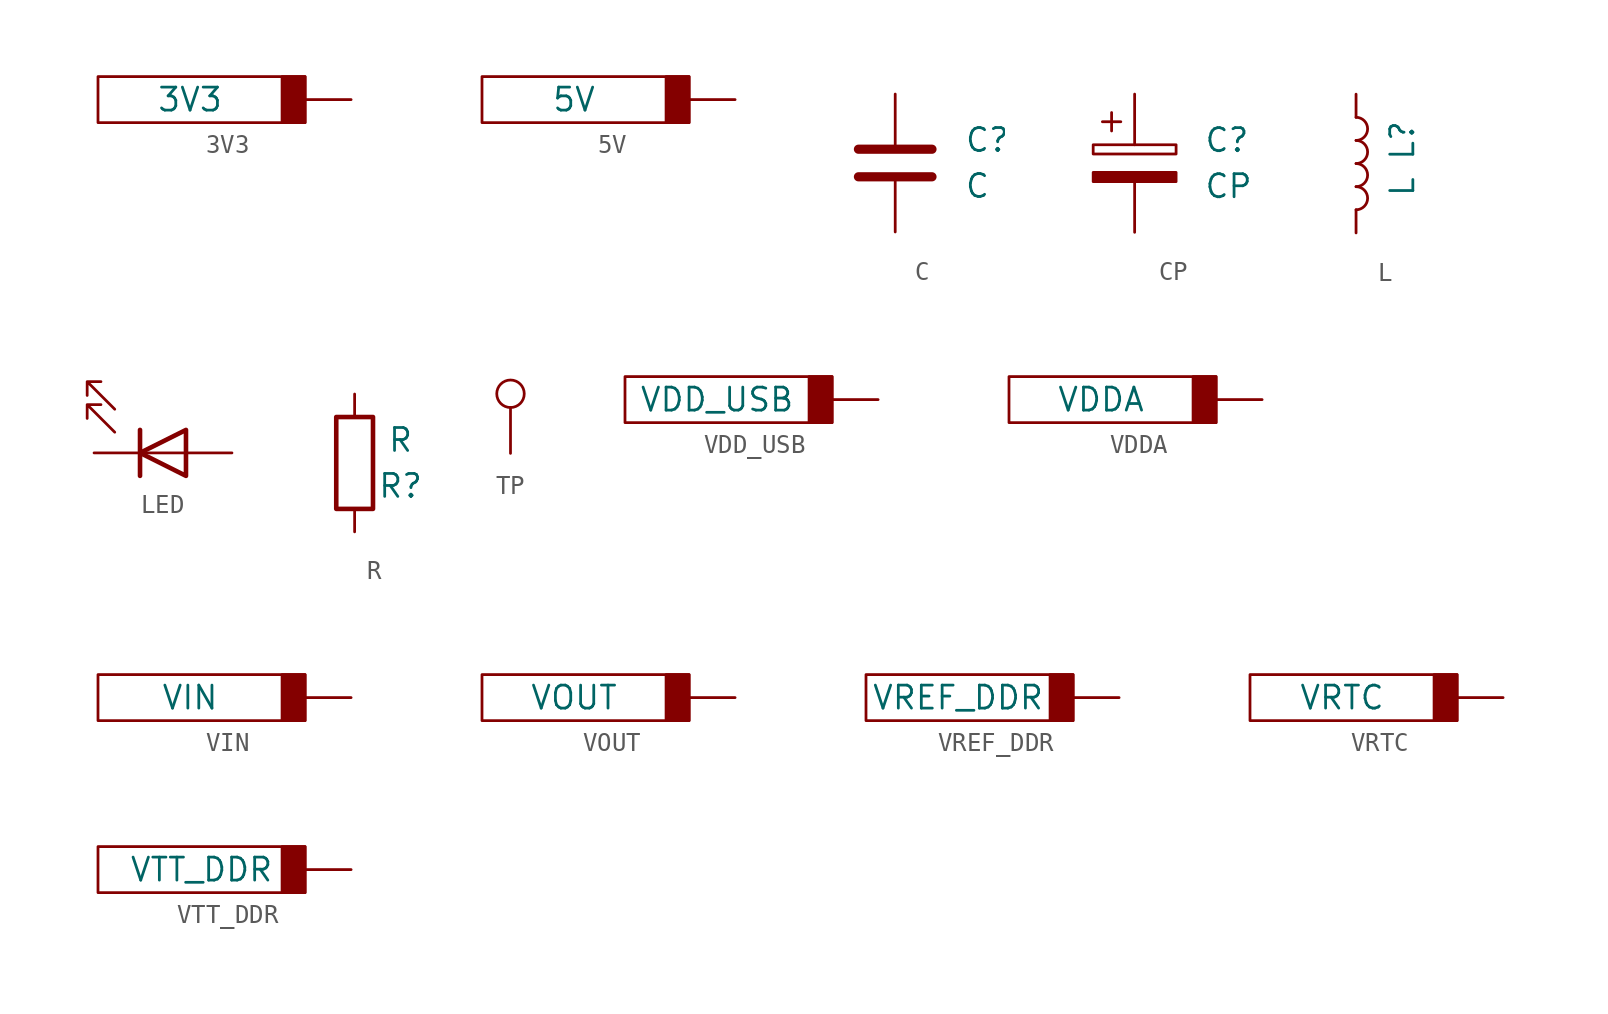
<source format=kicad_sym>
(kicad_symbol_lib
  (version 20211014)
  (generator kicad_symbol_editor)
  (symbol "3V3"
    (power)
    (pin_names
      (offset 0))
    (property "Reference" "#PWR"
      (at 5.08 1.27 0)
      (effects (font (size 1.27 1.27)) hide))
    (property "Value" "3V3"
      (at 5.08 -1.27 0)
      (effects (font (size 1.27 1.27))))
    (symbol "3V3_0_1"
      (polyline (pts (xy 13.97 -1.27) (xy 11.43 -1.27)) (stroke (width 0) (type default) (color 0 0 0 0)) (fill (type none)))
      (rectangle (start 11.43 -2.54) (end 0 0) (stroke (width 0) (type default) (color 0 0 0 0)) (fill (type none)))
      (rectangle (start 11.43 -2.54) (end 10.16 0) (stroke (width 0) (type default) (color 0 0 0 0)) (fill (type outline))))
    (symbol "3V3_1_1"
      (pin power_in line (at 13.97 -1.27 180) (length 0) hide (name "3V3" (effects (font (size 1.27 1.27)))) (number "1" (effects (font (size 1.27 1.27)))))))
  (symbol "5V"
    (power)
    (pin_names
      (offset 0))
    (property "Reference" "#PWR"
      (at 5.08 1.27 0)
      (effects (font (size 1.27 1.27)) hide))
    (property "Value" "5V"
      (at 5.08 -1.27 0)
      (effects (font (size 1.27 1.27))))
    (symbol "5V_0_1"
      (polyline (pts (xy 13.97 -1.27) (xy 11.43 -1.27)) (stroke (width 0) (type default) (color 0 0 0 0)) (fill (type none)))
      (rectangle (start 11.43 -2.54) (end 0 0) (stroke (width 0) (type default) (color 0 0 0 0)) (fill (type none)))
      (rectangle (start 11.43 -2.54) (end 10.16 0) (stroke (width 0) (type default) (color 0 0 0 0)) (fill (type outline))))
    (symbol "5V_1_1"
      (pin power_in line (at 13.97 -1.27 180) (length 0) hide (name "5V" (effects (font (size 1.27 1.27)))) (number "1" (effects (font (size 1.27 1.27)))))))
  (symbol "C"
    (pin_numbers hide)
    (pin_names
      (offset 0.254))
    (property "Reference" "C"
      (at 3.81 1.27 0)
      (effects (font (size 1.27 1.27)) (justify left)))
    (property "Value" "C"
      (at 3.81 -1.27 0)
      (effects (font (size 1.27 1.27)) (justify left)))
    (symbol "C_0_1"
      (polyline (pts (xy -2.032 -0.762) (xy 2.032 -0.762)) (stroke (width 0.508) (type default) (color 0 0 0 0)) (fill (type none)))
      (polyline (pts (xy -2.032 0.762) (xy 2.032 0.762)) (stroke (width 0.508) (type default) (color 0 0 0 0)) (fill (type none))))
    (symbol "C_1_1"
      (pin passive line (at 0 3.81 270) (length 2.794) (name "~" (effects (font (size 1.27 1.27)))) (number "1" (effects (font (size 1.27 1.27)))))
      (pin passive line (at 0 -3.81 90) (length 2.794) (name "~" (effects (font (size 1.27 1.27)))) (number "2" (effects (font (size 1.27 1.27)))))))
  (symbol "CP"
    (pin_numbers hide)
    (pin_names
      (offset 0.254))
    (property "Reference" "C"
      (at 3.81 1.27 0)
      (effects (font (size 1.27 1.27)) (justify left)))
    (property "Value" "CP"
      (at 3.81 -1.27 0)
      (effects (font (size 1.27 1.27)) (justify left)))
    (symbol "CP_0_1"
      (rectangle (start -2.286 0.508) (end 2.286 1.016) (stroke (width 0) (type default) (color 0 0 0 0)) (fill (type none)))
      (polyline (pts (xy -1.778 2.286) (xy -0.762 2.286)) (stroke (width 0) (type default) (color 0 0 0 0)) (fill (type none)))
      (polyline (pts (xy -1.27 2.794) (xy -1.27 1.778)) (stroke (width 0) (type default) (color 0 0 0 0)) (fill (type none)))
      (rectangle (start 2.286 -0.508) (end -2.286 -1.016) (stroke (width 0) (type default) (color 0 0 0 0)) (fill (type outline))))
    (symbol "CP_1_1"
      (pin passive line (at 0 3.81 270) (length 2.794) (name "~" (effects (font (size 1.27 1.27)))) (number "1" (effects (font (size 1.27 1.27)))))
      (pin passive line (at 0 -3.81 90) (length 2.794) (name "~" (effects (font (size 1.27 1.27)))) (number "2" (effects (font (size 1.27 1.27)))))))
  (symbol "L"
    (pin_numbers hide)
    (pin_names
      (offset 1.016) hide)
    (property "Reference" "L"
      (at 2.54 1.27 90)
      (effects (font (size 1.27 1.27))))
    (property "Value" "L"
      (at 2.54 -1.27 90)
      (effects (font (size 1.27 1.27))))
    (symbol "L_0_1"
      (arc (start 0 -2.54) (mid 0.635 -1.905) (end 0 -1.27) (stroke (width 0) (type default) (color 0 0 0 0)) (fill (type none)))
      (arc (start 0 -1.27) (mid 0.635 -0.635) (end 0 0) (stroke (width 0) (type default) (color 0 0 0 0)) (fill (type none)))
      (arc (start 0 0) (mid 0.635 0.635) (end 0 1.27) (stroke (width 0) (type default) (color 0 0 0 0)) (fill (type none)))
      (arc (start 0 1.27) (mid 0.635 1.905) (end 0 2.54) (stroke (width 0) (type default) (color 0 0 0 0)) (fill (type none))))
    (symbol "L_1_1"
      (pin passive line (at 0 3.81 270) (length 1.27) (name "1" (effects (font (size 1.27 1.27)))) (number "1" (effects (font (size 1.27 1.27)))))
      (pin passive line (at 0 -3.81 90) (length 1.27) (name "2" (effects (font (size 1.27 1.27)))) (number "2" (effects (font (size 1.27 1.27)))))))
  (symbol "LED"
    (pin_numbers hide)
    (pin_names
      (offset 1.016) hide)
    (property "Reference" "D"
      (at 0 5.08 0)
      (effects (font (size 1.27 1.27)) hide))
    (symbol "LED_0_1"
      (polyline (pts (xy -1.27 -1.27) (xy -1.27 1.27)) (stroke (width 0.254) (type default) (color 0 0 0 0)) (fill (type none)))
      (polyline (pts (xy -1.27 0) (xy 1.27 0)) (stroke (width 0) (type default) (color 0 0 0 0)) (fill (type none)))
      (polyline (pts (xy 1.27 -1.27) (xy 1.27 1.27) (xy -1.27 0) (xy 1.27 -1.27)) (stroke (width 0.254) (type default) (color 0 0 0 0)) (fill (type none)))
      (polyline (pts (xy -2.667 1.143) (xy -4.191 2.667) (xy -4.191 1.905) (xy -4.191 2.667) (xy -3.429 2.667)) (stroke (width 0) (type default) (color 0 0 0 0)) (fill (type none)))
      (polyline (pts (xy -2.667 2.413) (xy -4.191 3.937) (xy -4.191 3.175) (xy -4.191 3.937) (xy -3.429 3.937)) (stroke (width 0) (type default) (color 0 0 0 0)) (fill (type none))))
    (symbol "LED_1_1"
      (pin passive line (at -3.81 0 0) (length 2.54) (name "K" (effects (font (size 1.27 1.27)))) (number "1" (effects (font (size 1.27 1.27)))))
      (pin passive line (at 3.81 0 180) (length 2.54) (name "A" (effects (font (size 1.27 1.27)))) (number "2" (effects (font (size 1.27 1.27)))))))
  (symbol "R"
    (pin_numbers hide)
    (pin_names
      (offset 0))
    (property "Reference" "R"
      (at 2.54 -1.27 0)
      (effects (font (size 1.27 1.27))))
    (property "Value" "R"
      (at 2.54 1.27 0)
      (effects (font (size 1.27 1.27))))
    (symbol "R_0_1"
      (rectangle (start -1.016 -2.54) (end 1.016 2.54) (stroke (width 0.254) (type default) (color 0 0 0 0)) (fill (type none))))
    (symbol "R_1_1"
      (pin passive line (at 0 3.81 270) (length 1.27) (name "~" (effects (font (size 1.27 1.27)))) (number "1" (effects (font (size 1.27 1.27)))))
      (pin passive line (at 0 -3.81 90) (length 1.27) (name "~" (effects (font (size 1.27 1.27)))) (number "2" (effects (font (size 1.27 1.27)))))))
  (symbol "TP"
    (pin_numbers hide)
    (pin_names
      (offset 0.762) hide)
    (property "Reference" "TP"
      (at 0 7.62 0)
      (effects (font (size 1.27 1.27)) hide))
    (symbol "TP_0_1"
      (circle (center 0 3.302) (radius 0.762) (stroke (width 0) (type default) (color 0 0 0 0)) (fill (type none))))
    (symbol "TP_1_1"
      (pin passive line (at 0 0 90) (length 2.54) (name "1" (effects (font (size 1.27 1.27)))) (number "1" (effects (font (size 1.27 1.27)))))))
  (symbol "VDD_USB"
    (power)
    (pin_names
      (offset 0))
    (property "Reference" "#PWR"
      (at 5.08 1.27 0)
      (effects (font (size 1.27 1.27)) hide))
    (property "Value" "VDD_USB"
      (at 5.08 -1.27 0)
      (effects (font (size 1.27 1.27))))
    (symbol "VDD_USB_0_1"
      (polyline (pts (xy 13.97 -1.27) (xy 11.43 -1.27)) (stroke (width 0) (type default) (color 0 0 0 0)) (fill (type none)))
      (rectangle (start 11.43 -2.54) (end 0 0) (stroke (width 0) (type default) (color 0 0 0 0)) (fill (type none)))
      (rectangle (start 11.43 -2.54) (end 10.16 0) (stroke (width 0) (type default) (color 0 0 0 0)) (fill (type outline))))
    (symbol "VDD_USB_1_1"
      (pin power_in line (at 13.97 -1.27 180) (length 0) hide (name "VDD_USB" (effects (font (size 1.27 1.27)))) (number "1" (effects (font (size 1.27 1.27)))))))
  (symbol "VDDA"
    (power)
    (pin_names
      (offset 0))
    (property "Reference" "#PWR"
      (at 5.08 1.27 0)
      (effects (font (size 1.27 1.27)) hide))
    (property "Value" "VDDA"
      (at 5.08 -1.27 0)
      (effects (font (size 1.27 1.27))))
    (symbol "VDDA_0_1"
      (polyline (pts (xy 13.97 -1.27) (xy 11.43 -1.27)) (stroke (width 0) (type default) (color 0 0 0 0)) (fill (type none)))
      (rectangle (start 11.43 -2.54) (end 0 0) (stroke (width 0) (type default) (color 0 0 0 0)) (fill (type none)))
      (rectangle (start 11.43 -2.54) (end 10.16 0) (stroke (width 0) (type default) (color 0 0 0 0)) (fill (type outline))))
    (symbol "VDDA_1_1"
      (pin power_in line (at 13.97 -1.27 180) (length 0) hide (name "VDDA" (effects (font (size 1.27 1.27)))) (number "1" (effects (font (size 1.27 1.27)))))))
  (symbol "VIN"
    (power)
    (pin_names
      (offset 0))
    (property "Reference" "#PWR"
      (at 5.08 1.27 0)
      (effects (font (size 1.27 1.27)) hide))
    (property "Value" "VIN"
      (at 5.08 -1.27 0)
      (effects (font (size 1.27 1.27))))
    (symbol "VIN_0_1"
      (polyline (pts (xy 13.97 -1.27) (xy 11.43 -1.27)) (stroke (width 0) (type default) (color 0 0 0 0)) (fill (type none)))
      (rectangle (start 11.43 -2.54) (end 0 0) (stroke (width 0) (type default) (color 0 0 0 0)) (fill (type none)))
      (rectangle (start 11.43 -2.54) (end 10.16 0) (stroke (width 0) (type default) (color 0 0 0 0)) (fill (type outline))))
    (symbol "VIN_1_1"
      (pin power_in line (at 13.97 -1.27 180) (length 0) hide (name "VIN" (effects (font (size 1.27 1.27)))) (number "1" (effects (font (size 1.27 1.27)))))))
  (symbol "VOUT"
    (power)
    (pin_names
      (offset 0))
    (property "Reference" "#PWR"
      (at 5.08 1.27 0)
      (effects (font (size 1.27 1.27)) hide))
    (property "Value" "VOUT"
      (at 5.08 -1.27 0)
      (effects (font (size 1.27 1.27))))
    (symbol "VOUT_0_1"
      (polyline (pts (xy 13.97 -1.27) (xy 11.43 -1.27)) (stroke (width 0) (type default) (color 0 0 0 0)) (fill (type none)))
      (rectangle (start 11.43 -2.54) (end 0 0) (stroke (width 0) (type default) (color 0 0 0 0)) (fill (type none)))
      (rectangle (start 11.43 -2.54) (end 10.16 0) (stroke (width 0) (type default) (color 0 0 0 0)) (fill (type outline))))
    (symbol "VOUT_1_1"
      (pin power_in line (at 13.97 -1.27 180) (length 0) hide (name "VOUT" (effects (font (size 1.27 1.27)))) (number "1" (effects (font (size 1.27 1.27)))))))
  (symbol "VREF_DDR"
    (power)
    (pin_names
      (offset 0))
    (property "Reference" "#PWR"
      (at 5.08 1.27 0)
      (effects (font (size 1.27 1.27)) hide))
    (property "Value" "VREF_DDR"
      (at 5.08 -1.27 0)
      (effects (font (size 1.27 1.27))))
    (symbol "VREF_DDR_0_1"
      (polyline (pts (xy 13.97 -1.27) (xy 11.43 -1.27)) (stroke (width 0) (type default) (color 0 0 0 0)) (fill (type none)))
      (rectangle (start 11.43 -2.54) (end 0 0) (stroke (width 0) (type default) (color 0 0 0 0)) (fill (type none)))
      (rectangle (start 11.43 -2.54) (end 10.16 0) (stroke (width 0) (type default) (color 0 0 0 0)) (fill (type outline))))
    (symbol "VREF_DDR_1_1"
      (pin power_in line (at 13.97 -1.27 180) (length 0) hide (name "VREF_DDR" (effects (font (size 1.27 1.27)))) (number "1" (effects (font (size 1.27 1.27)))))))
  (symbol "VRTC"
    (power)
    (pin_names
      (offset 0))
    (property "Reference" "#PWR"
      (at 5.08 1.27 0)
      (effects (font (size 1.27 1.27)) hide))
    (property "Value" "VRTC"
      (at 5.08 -1.27 0)
      (effects (font (size 1.27 1.27))))
    (symbol "VRTC_0_1"
      (polyline (pts (xy 13.97 -1.27) (xy 11.43 -1.27)) (stroke (width 0) (type default) (color 0 0 0 0)) (fill (type none)))
      (rectangle (start 11.43 -2.54) (end 0 0) (stroke (width 0) (type default) (color 0 0 0 0)) (fill (type none)))
      (rectangle (start 11.43 -2.54) (end 10.16 0) (stroke (width 0) (type default) (color 0 0 0 0)) (fill (type outline))))
    (symbol "VRTC_1_1"
      (pin power_in line (at 13.97 -1.27 180) (length 0) hide (name "VRTC" (effects (font (size 1.27 1.27)))) (number "1" (effects (font (size 1.27 1.27)))))))
  (symbol "VTT_DDR"
    (power)
    (pin_names
      (offset 0))
    (property "Reference" "#PWR"
      (at 5.08 1.27 0)
      (effects (font (size 1.27 1.27)) hide))
    (property "Value" "VTT_DDR"
      (at 5.715 -1.27 0)
      (effects (font (size 1.27 1.27))))
    (symbol "VTT_DDR_0_1"
      (polyline (pts (xy 13.97 -1.27) (xy 11.43 -1.27)) (stroke (width 0) (type default) (color 0 0 0 0)) (fill (type none)))
      (rectangle (start 11.43 -2.54) (end 0 0) (stroke (width 0) (type default) (color 0 0 0 0)) (fill (type none)))
      (rectangle (start 11.43 -2.54) (end 10.16 0) (stroke (width 0) (type default) (color 0 0 0 0)) (fill (type outline))))
    (symbol "VTT_DDR_1_1"
      (pin power_in line (at 13.97 -1.27 180) (length 0) hide (name "VTT_DDR" (effects (font (size 1.27 1.27)))) (number "1" (effects (font (size 1.27 1.27))))))))
</source>
